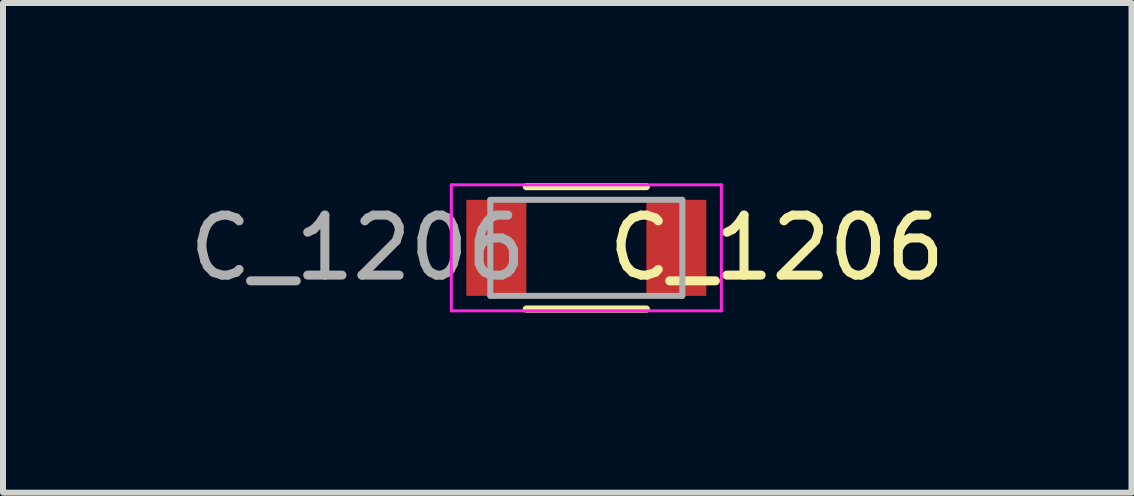
<source format=kicad_pcb>
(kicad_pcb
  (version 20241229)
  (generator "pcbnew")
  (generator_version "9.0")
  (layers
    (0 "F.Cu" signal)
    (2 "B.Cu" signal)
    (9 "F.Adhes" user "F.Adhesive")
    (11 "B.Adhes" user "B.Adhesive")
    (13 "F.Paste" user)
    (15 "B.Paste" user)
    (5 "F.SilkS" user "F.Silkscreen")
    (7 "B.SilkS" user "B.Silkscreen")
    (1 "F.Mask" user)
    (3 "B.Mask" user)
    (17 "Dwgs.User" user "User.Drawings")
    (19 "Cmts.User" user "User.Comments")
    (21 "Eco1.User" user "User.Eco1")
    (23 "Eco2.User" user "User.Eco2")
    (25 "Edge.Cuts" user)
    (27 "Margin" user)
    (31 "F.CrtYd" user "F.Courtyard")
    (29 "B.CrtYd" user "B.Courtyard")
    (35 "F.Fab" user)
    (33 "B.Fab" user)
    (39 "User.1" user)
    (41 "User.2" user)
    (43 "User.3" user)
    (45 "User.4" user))
  (footprint "C_1206"
    (layer "F.Cu")
    (at 6.721 1.08)
    (property "Reference" "C_1206" (at 3.175 0 0) (layer "F.SilkS") (effects (font (size 1 1) (thickness 0.15))))
    (attr smd)
    (fp_line (start -1 1.02) (end 1 1.02) (stroke (width 0.12) (type solid)) (layer "F.SilkS"))
    (fp_line (start 1 -1.02) (end -1 -1.02) (stroke (width 0.12) (type solid)) (layer "F.SilkS"))
    (fp_line (start -2.25 -1.05) (end -2.25 1.05) (stroke (width 0.05) (type solid)) (layer "F.CrtYd"))
    (fp_line (start -2.25 -1.05) (end 2.25 -1.05) (stroke (width 0.05) (type solid)) (layer "F.CrtYd"))
    (fp_line (start 2.25 1.05) (end -2.25 1.05) (stroke (width 0.05) (type solid)) (layer "F.CrtYd"))
    (fp_line (start 2.25 1.05) (end 2.25 -1.05) (stroke (width 0.05) (type solid)) (layer "F.CrtYd"))
    (fp_line (start -1.6 -0.8) (end 1.6 -0.8) (stroke (width 0.1) (type solid)) (layer "F.Fab"))
    (fp_line (start -1.6 0.8) (end -1.6 -0.8) (stroke (width 0.1) (type solid)) (layer "F.Fab"))
    (fp_line (start 1.6 -0.8) (end 1.6 0.8) (stroke (width 0.1) (type solid)) (layer "F.Fab"))
    (fp_line (start 1.6 0.8) (end -1.6 0.8) (stroke (width 0.1) (type solid)) (layer "F.Fab"))
    (fp_text user "${REFERENCE}" (at -3.81 0 0) (layer "F.Fab") (effects (font (size 1 1) (thickness 0.15))))
    (pad "1" smd rect (at -1.5 0) (size 1 1.6) (layers "F.Cu" "F.Mask" "F.Paste"))
    (pad "2" smd rect (at 1.5 0) (size 1 1.6) (layers "F.Cu" "F.Mask" "F.Paste")))
  (gr_rect
    (start -3 -3)
    (end 15.806 5.16)
    (stroke (width 0.1) (type default))
    (fill no)
    (layer "Edge.Cuts")))
</source>
